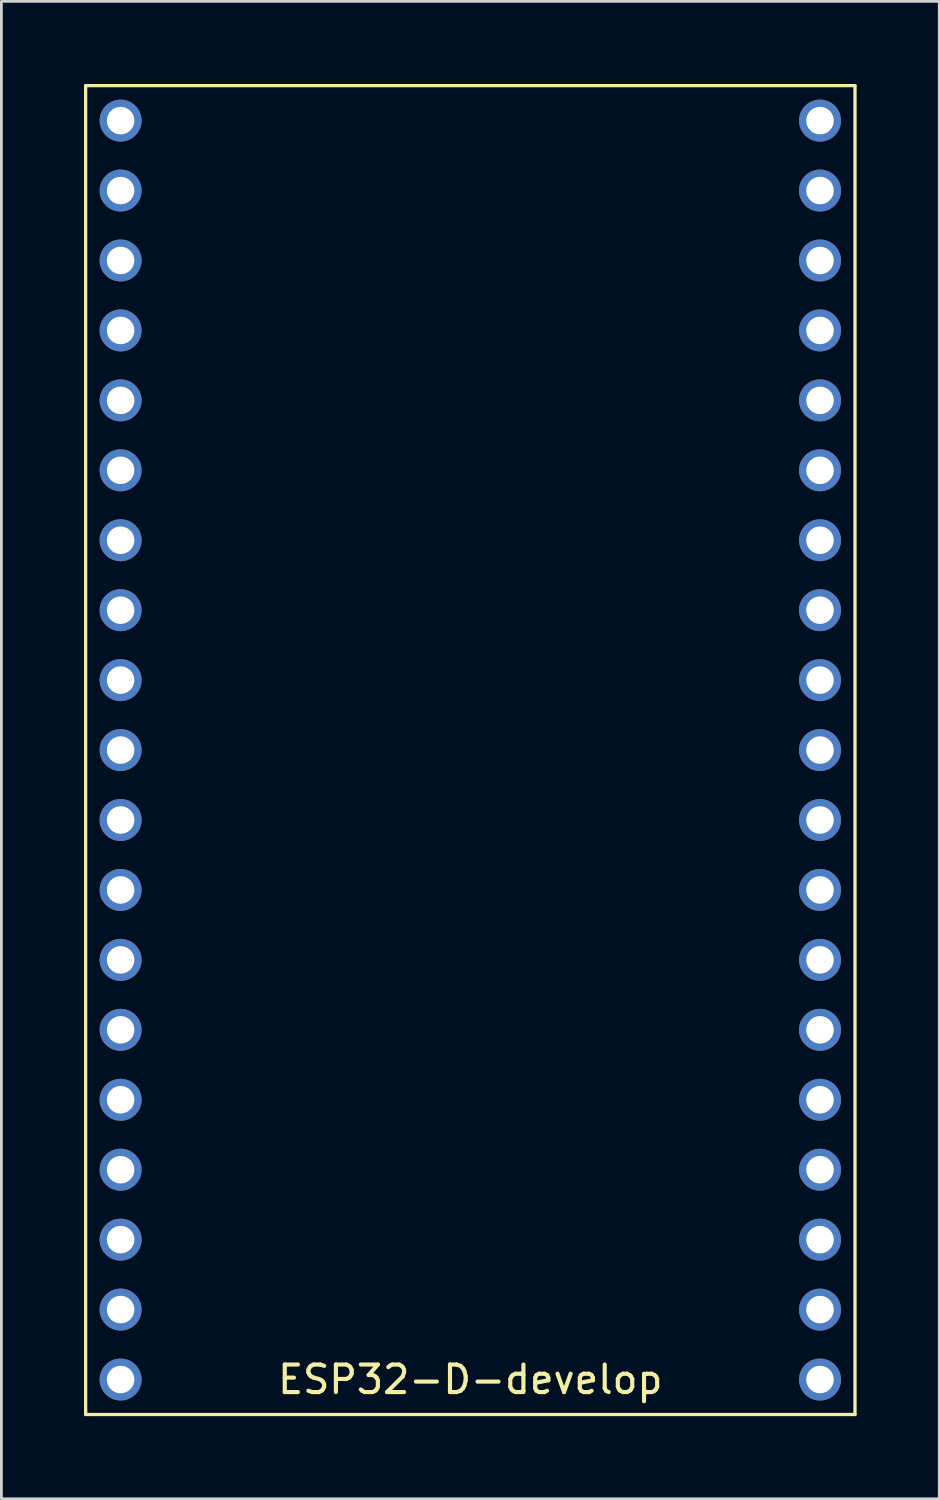
<source format=kicad_pcb>
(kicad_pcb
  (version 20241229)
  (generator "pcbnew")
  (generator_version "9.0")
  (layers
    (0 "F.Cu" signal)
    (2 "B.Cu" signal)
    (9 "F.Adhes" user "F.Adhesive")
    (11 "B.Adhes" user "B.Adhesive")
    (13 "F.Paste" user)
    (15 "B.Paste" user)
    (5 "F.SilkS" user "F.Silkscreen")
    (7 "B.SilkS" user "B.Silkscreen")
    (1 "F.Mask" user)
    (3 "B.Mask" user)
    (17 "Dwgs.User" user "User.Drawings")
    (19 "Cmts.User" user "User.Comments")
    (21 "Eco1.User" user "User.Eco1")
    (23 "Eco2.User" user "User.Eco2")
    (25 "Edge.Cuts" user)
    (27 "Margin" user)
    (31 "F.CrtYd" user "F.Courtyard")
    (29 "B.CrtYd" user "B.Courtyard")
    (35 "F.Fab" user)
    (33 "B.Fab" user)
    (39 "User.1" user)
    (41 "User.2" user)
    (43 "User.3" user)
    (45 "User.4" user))
  (footprint "ESP32-D-develop"
    (layer "F.Cu")
    (at 14.03 24.19)
    (property "Reference" "ESP32-D-develop" (at 0 22.86 0) (layer "F.SilkS") (effects (font (size 1 1) (thickness 0.15))))
    (attr through_hole)
    (fp_line (start -13.97 -24.13) (end 13.97 -24.13) (stroke (width 0.12) (type solid)) (layer "F.SilkS"))
    (fp_line (start -13.97 24.13) (end -13.97 -24.13) (stroke (width 0.12) (type solid)) (layer "F.SilkS"))
    (fp_line (start 13.97 -24.13) (end 13.97 24.13) (stroke (width 0.12) (type solid)) (layer "F.SilkS"))
    (fp_line (start 13.97 24.13) (end -13.97 24.13) (stroke (width 0.12) (type solid)) (layer "F.SilkS"))
    (pad "1" thru_hole circle (at -12.7 -22.86) (size 1.524 1.524) (drill 1) (layers "*.Cu" "*.Mask"))
    (pad "2" thru_hole circle (at -12.7 -20.32) (size 1.524 1.524) (drill 1) (layers "*.Cu" "*.Mask"))
    (pad "3" thru_hole circle (at -12.7 -17.78) (size 1.524 1.524) (drill 1) (layers "*.Cu" "*.Mask"))
    (pad "4" thru_hole circle (at -12.7 -15.24) (size 1.524 1.524) (drill 1) (layers "*.Cu" "*.Mask"))
    (pad "5" thru_hole circle (at -12.7 -12.7) (size 1.524 1.524) (drill 1) (layers "*.Cu" "*.Mask"))
    (pad "6" thru_hole circle (at -12.7 -10.16) (size 1.524 1.524) (drill 1) (layers "*.Cu" "*.Mask"))
    (pad "7" thru_hole circle (at -12.7 -7.62) (size 1.524 1.524) (drill 1) (layers "*.Cu" "*.Mask"))
    (pad "8" thru_hole circle (at -12.7 -5.08) (size 1.524 1.524) (drill 1) (layers "*.Cu" "*.Mask"))
    (pad "9" thru_hole circle (at -12.7 -2.54) (size 1.524 1.524) (drill 1) (layers "*.Cu" "*.Mask"))
    (pad "10" thru_hole circle (at -12.7 0) (size 1.524 1.524) (drill 1) (layers "*.Cu" "*.Mask"))
    (pad "11" thru_hole circle (at -12.7 2.54) (size 1.524 1.524) (drill 1) (layers "*.Cu" "*.Mask"))
    (pad "12" thru_hole circle (at -12.7 5.08) (size 1.524 1.524) (drill 1) (layers "*.Cu" "*.Mask"))
    (pad "13" thru_hole circle (at -12.7 7.62) (size 1.524 1.524) (drill 1) (layers "*.Cu" "*.Mask"))
    (pad "14" thru_hole circle (at -12.7 10.16) (size 1.524 1.524) (drill 1) (layers "*.Cu" "*.Mask"))
    (pad "15" thru_hole circle (at -12.7 12.7) (size 1.524 1.524) (drill 1) (layers "*.Cu" "*.Mask"))
    (pad "16" thru_hole circle (at -12.7 15.24) (size 1.524 1.524) (drill 1) (layers "*.Cu" "*.Mask"))
    (pad "17" thru_hole circle (at -12.7 17.78) (size 1.524 1.524) (drill 1) (layers "*.Cu" "*.Mask"))
    (pad "18" thru_hole circle (at -12.7 20.32) (size 1.524 1.524) (drill 1) (layers "*.Cu" "*.Mask"))
    (pad "19" thru_hole circle (at -12.7 22.86) (size 1.524 1.524) (drill 1) (layers "*.Cu" "*.Mask"))
    (pad "20" thru_hole circle (at 12.7 22.86) (size 1.524 1.524) (drill 1) (layers "*.Cu" "*.Mask"))
    (pad "21" thru_hole circle (at 12.7 20.32) (size 1.524 1.524) (drill 1) (layers "*.Cu" "*.Mask"))
    (pad "22" thru_hole circle (at 12.7 17.78) (size 1.524 1.524) (drill 1) (layers "*.Cu" "*.Mask"))
    (pad "23" thru_hole circle (at 12.7 15.24) (size 1.524 1.524) (drill 1) (layers "*.Cu" "*.Mask"))
    (pad "24" thru_hole circle (at 12.7 12.7) (size 1.524 1.524) (drill 1) (layers "*.Cu" "*.Mask"))
    (pad "25" thru_hole circle (at 12.7 10.16) (size 1.524 1.524) (drill 1) (layers "*.Cu" "*.Mask"))
    (pad "26" thru_hole circle (at 12.7 7.62) (size 1.524 1.524) (drill 1) (layers "*.Cu" "*.Mask"))
    (pad "27" thru_hole circle (at 12.7 5.08) (size 1.524 1.524) (drill 1) (layers "*.Cu" "*.Mask"))
    (pad "28" thru_hole circle (at 12.7 2.54) (size 1.524 1.524) (drill 1) (layers "*.Cu" "*.Mask"))
    (pad "29" thru_hole circle (at 12.7 0) (size 1.524 1.524) (drill 1) (layers "*.Cu" "*.Mask"))
    (pad "30" thru_hole circle (at 12.7 -2.54) (size 1.524 1.524) (drill 1) (layers "*.Cu" "*.Mask"))
    (pad "31" thru_hole circle (at 12.7 -5.08) (size 1.524 1.524) (drill 1) (layers "*.Cu" "*.Mask"))
    (pad "32" thru_hole circle (at 12.7 -7.62) (size 1.524 1.524) (drill 1) (layers "*.Cu" "*.Mask"))
    (pad "33" thru_hole circle (at 12.7 -10.16) (size 1.524 1.524) (drill 1) (layers "*.Cu" "*.Mask"))
    (pad "34" thru_hole circle (at 12.7 -12.7) (size 1.524 1.524) (drill 1) (layers "*.Cu" "*.Mask"))
    (pad "35" thru_hole circle (at 12.7 -15.24) (size 1.524 1.524) (drill 1) (layers "*.Cu" "*.Mask"))
    (pad "36" thru_hole circle (at 12.7 -17.78) (size 1.524 1.524) (drill 1) (layers "*.Cu" "*.Mask"))
    (pad "37" thru_hole circle (at 12.7 -20.32) (size 1.524 1.524) (drill 1) (layers "*.Cu" "*.Mask"))
    (pad "38" thru_hole circle (at 12.7 -22.86) (size 1.524 1.524) (drill 1) (layers "*.Cu" "*.Mask")))
  (gr_rect
    (start -3 -3)
    (end 31.06 51.38)
    (stroke (width 0.1) (type default))
    (fill no)
    (layer "Edge.Cuts")))
</source>
